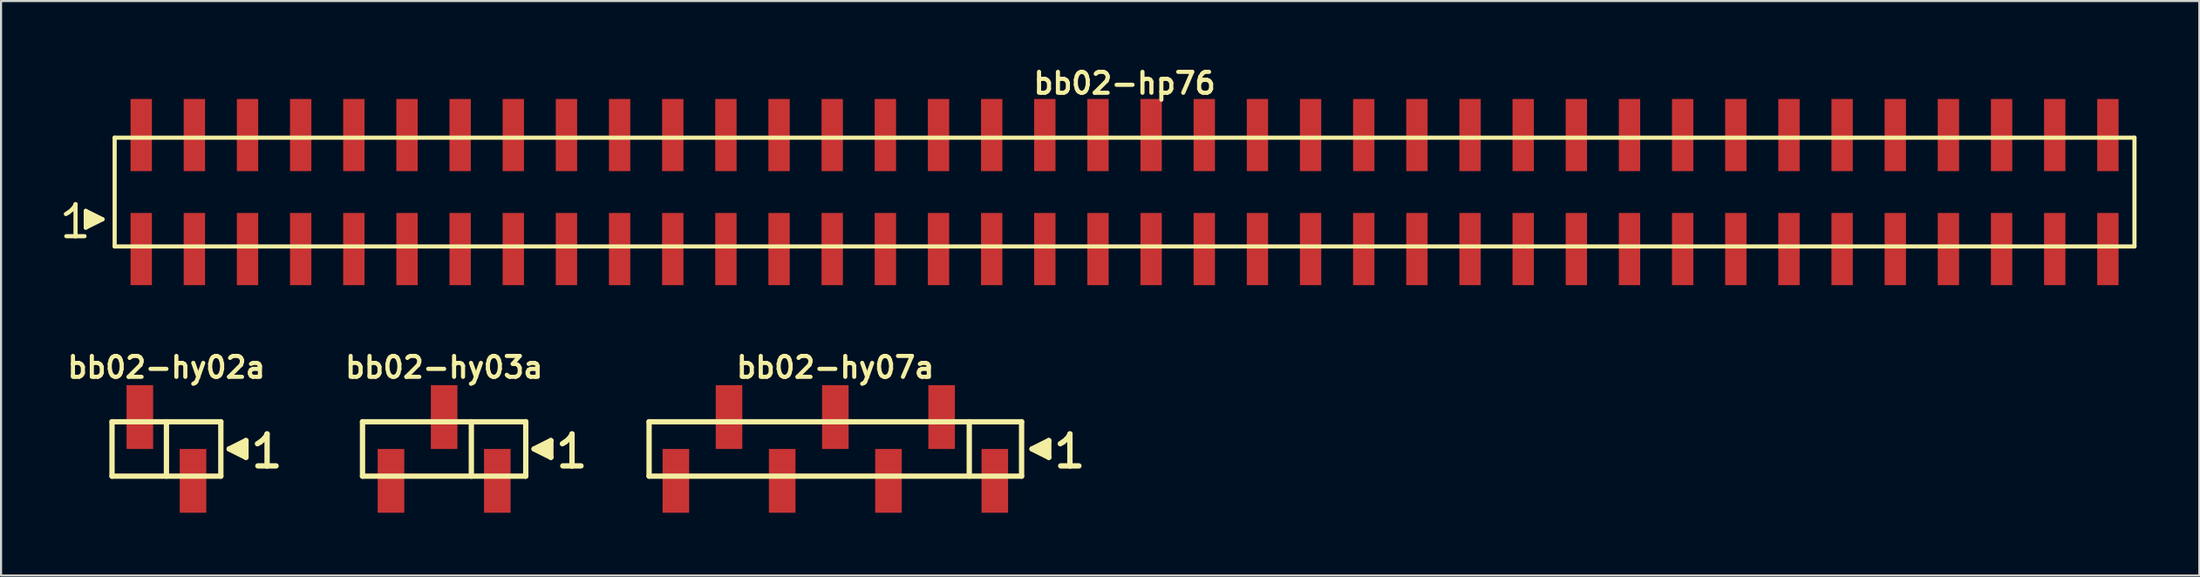
<source format=kicad_pcb>
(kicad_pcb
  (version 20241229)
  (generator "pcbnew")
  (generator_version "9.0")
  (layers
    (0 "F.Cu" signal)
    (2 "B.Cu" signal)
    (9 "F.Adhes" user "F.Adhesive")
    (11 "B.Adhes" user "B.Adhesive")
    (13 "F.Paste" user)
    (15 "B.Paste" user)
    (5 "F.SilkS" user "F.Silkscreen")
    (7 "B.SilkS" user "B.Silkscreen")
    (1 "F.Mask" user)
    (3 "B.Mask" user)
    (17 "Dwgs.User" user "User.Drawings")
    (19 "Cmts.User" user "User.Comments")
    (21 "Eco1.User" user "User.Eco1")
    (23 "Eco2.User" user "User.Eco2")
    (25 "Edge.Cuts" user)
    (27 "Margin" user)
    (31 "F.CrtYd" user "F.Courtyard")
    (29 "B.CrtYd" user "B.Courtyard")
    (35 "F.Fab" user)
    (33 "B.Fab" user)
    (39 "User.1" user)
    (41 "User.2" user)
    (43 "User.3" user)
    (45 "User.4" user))
  (footprint "bb02-hp76"
    (layer "F.Cu")
    (at 50.689 6.132)
    (property "Reference" "bb02-hp76" (at 0 -5.2 0) (layer "F.SilkS") (effects (font (size 0.998 0.998) (thickness 0.198))))
    (attr smd)
    (fp_line (start -50.59 1.05) (end -50.46 0.97) (stroke (width 0.198) (type solid)) (layer "F.SilkS"))
    (fp_line (start -50.46 0.97) (end -50.3 0.84) (stroke (width 0.198) (type solid)) (layer "F.SilkS"))
    (fp_line (start -50.3 0.84) (end -50.16 0.67) (stroke (width 0.198) (type solid)) (layer "F.SilkS"))
    (fp_line (start -50.16 0.67) (end -50.13 0.58) (stroke (width 0.198) (type solid)) (layer "F.SilkS"))
    (fp_line (start -50.13 0.58) (end -50.13 2.11) (stroke (width 0.198) (type solid)) (layer "F.SilkS"))
    (fp_line (start -50.13 2.11) (end -50.57 2.11) (stroke (width 0.198) (type solid)) (layer "F.SilkS"))
    (fp_line (start -49.7 2.11) (end -50.14 2.11) (stroke (width 0.198) (type solid)) (layer "F.SilkS"))
    (fp_line (start -49.64 0.9) (end -48.84 1.3) (stroke (width 0.198) (type solid)) (layer "F.SilkS"))
    (fp_line (start -49.64 1.7) (end -49.64 0.9) (stroke (width 0.198) (type solid)) (layer "F.SilkS"))
    (fp_line (start -49.54 1.6) (end -49.54 1) (stroke (width 0.198) (type solid)) (layer "F.SilkS"))
    (fp_line (start -49.44 1.1) (end -49.44 1.5) (stroke (width 0.198) (type solid)) (layer "F.SilkS"))
    (fp_line (start -49.34 1.5) (end -49.34 1.1) (stroke (width 0.198) (type solid)) (layer "F.SilkS"))
    (fp_line (start -49.24 1.2) (end -49.24 1.4) (stroke (width 0.198) (type solid)) (layer "F.SilkS"))
    (fp_line (start -49.14 1.4) (end -49.14 1.2) (stroke (width 0.198) (type solid)) (layer "F.SilkS"))
    (fp_line (start -48.84 1.3) (end -49.64 1.7) (stroke (width 0.198) (type solid)) (layer "F.SilkS"))
    (fp_line (start -48.26 -2.6) (end -48.26 2.6) (stroke (width 0.198) (type solid)) (layer "F.SilkS"))
    (fp_line (start -48.26 -2.6) (end 48.26 -2.6) (stroke (width 0.198) (type solid)) (layer "F.SilkS"))
    (fp_line (start 48.26 2.6) (end -48.26 2.6) (stroke (width 0.198) (type solid)) (layer "F.SilkS"))
    (fp_line (start 48.26 2.6) (end 48.26 -2.6) (stroke (width 0.198) (type solid)) (layer "F.SilkS"))
    (pad "1" smd rect (at -46.99 2.725) (size 1.02 3.45) (layers "F.Cu" "F.Mask" "F.Paste"))
    (pad "2" smd rect (at -46.99 -2.725) (size 1.02 3.45) (layers "F.Cu" "F.Mask" "F.Paste"))
    (pad "3" smd rect (at -44.45 2.725) (size 1.02 3.45) (layers "F.Cu" "F.Mask" "F.Paste"))
    (pad "4" smd rect (at -44.45 -2.725) (size 1.02 3.45) (layers "F.Cu" "F.Mask" "F.Paste"))
    (pad "5" smd rect (at -41.91 2.725) (size 1.02 3.45) (layers "F.Cu" "F.Mask" "F.Paste"))
    (pad "6" smd rect (at -41.91 -2.725) (size 1.02 3.45) (layers "F.Cu" "F.Mask" "F.Paste"))
    (pad "7" smd rect (at -39.37 2.725) (size 1.02 3.45) (layers "F.Cu" "F.Mask" "F.Paste"))
    (pad "8" smd rect (at -39.37 -2.725) (size 1.02 3.45) (layers "F.Cu" "F.Mask" "F.Paste"))
    (pad "9" smd rect (at -36.83 2.725) (size 1.02 3.45) (layers "F.Cu" "F.Mask" "F.Paste"))
    (pad "10" smd rect (at -36.83 -2.725) (size 1.02 3.45) (layers "F.Cu" "F.Mask" "F.Paste"))
    (pad "11" smd rect (at -34.29 2.725) (size 1.02 3.45) (layers "F.Cu" "F.Mask" "F.Paste"))
    (pad "12" smd rect (at -34.29 -2.725) (size 1.02 3.45) (layers "F.Cu" "F.Mask" "F.Paste"))
    (pad "13" smd rect (at -31.75 2.725) (size 1.02 3.45) (layers "F.Cu" "F.Mask" "F.Paste"))
    (pad "14" smd rect (at -31.75 -2.725) (size 1.02 3.45) (layers "F.Cu" "F.Mask" "F.Paste"))
    (pad "15" smd rect (at -29.21 2.725) (size 1.02 3.45) (layers "F.Cu" "F.Mask" "F.Paste"))
    (pad "16" smd rect (at -29.21 -2.725) (size 1.02 3.45) (layers "F.Cu" "F.Mask" "F.Paste"))
    (pad "17" smd rect (at -26.67 2.725) (size 1.02 3.45) (layers "F.Cu" "F.Mask" "F.Paste"))
    (pad "18" smd rect (at -26.67 -2.725) (size 1.02 3.45) (layers "F.Cu" "F.Mask" "F.Paste"))
    (pad "19" smd rect (at -24.13 2.725) (size 1.02 3.45) (layers "F.Cu" "F.Mask" "F.Paste"))
    (pad "20" smd rect (at -24.13 -2.725) (size 1.02 3.45) (layers "F.Cu" "F.Mask" "F.Paste"))
    (pad "21" smd rect (at -21.59 2.725) (size 1.02 3.45) (layers "F.Cu" "F.Mask" "F.Paste"))
    (pad "22" smd rect (at -21.59 -2.725) (size 1.02 3.45) (layers "F.Cu" "F.Mask" "F.Paste"))
    (pad "23" smd rect (at -19.05 2.725) (size 1.02 3.45) (layers "F.Cu" "F.Mask" "F.Paste"))
    (pad "24" smd rect (at -19.05 -2.725) (size 1.02 3.45) (layers "F.Cu" "F.Mask" "F.Paste"))
    (pad "25" smd rect (at -16.51 2.725) (size 1.02 3.45) (layers "F.Cu" "F.Mask" "F.Paste"))
    (pad "26" smd rect (at -16.51 -2.725) (size 1.02 3.45) (layers "F.Cu" "F.Mask" "F.Paste"))
    (pad "27" smd rect (at -13.97 2.725) (size 1.02 3.45) (layers "F.Cu" "F.Mask" "F.Paste"))
    (pad "28" smd rect (at -13.97 -2.725) (size 1.02 3.45) (layers "F.Cu" "F.Mask" "F.Paste"))
    (pad "29" smd rect (at -11.43 2.725) (size 1.02 3.45) (layers "F.Cu" "F.Mask" "F.Paste"))
    (pad "30" smd rect (at -11.43 -2.725) (size 1.02 3.45) (layers "F.Cu" "F.Mask" "F.Paste"))
    (pad "31" smd rect (at -8.89 2.725) (size 1.02 3.45) (layers "F.Cu" "F.Mask" "F.Paste"))
    (pad "32" smd rect (at -8.89 -2.725) (size 1.02 3.45) (layers "F.Cu" "F.Mask" "F.Paste"))
    (pad "33" smd rect (at -6.35 2.725) (size 1.02 3.45) (layers "F.Cu" "F.Mask" "F.Paste"))
    (pad "34" smd rect (at -6.35 -2.725) (size 1.02 3.45) (layers "F.Cu" "F.Mask" "F.Paste"))
    (pad "35" smd rect (at -3.81 2.725) (size 1.02 3.45) (layers "F.Cu" "F.Mask" "F.Paste"))
    (pad "36" smd rect (at -3.81 -2.725) (size 1.02 3.45) (layers "F.Cu" "F.Mask" "F.Paste"))
    (pad "37" smd rect (at -1.27 2.725) (size 1.02 3.45) (layers "F.Cu" "F.Mask" "F.Paste"))
    (pad "38" smd rect (at -1.27 -2.725) (size 1.02 3.45) (layers "F.Cu" "F.Mask" "F.Paste"))
    (pad "39" smd rect (at 1.27 2.725) (size 1.02 3.45) (layers "F.Cu" "F.Mask" "F.Paste"))
    (pad "40" smd rect (at 1.27 -2.725) (size 1.02 3.45) (layers "F.Cu" "F.Mask" "F.Paste"))
    (pad "41" smd rect (at 3.81 2.725) (size 1.02 3.45) (layers "F.Cu" "F.Mask" "F.Paste"))
    (pad "42" smd rect (at 3.81 -2.725) (size 1.02 3.45) (layers "F.Cu" "F.Mask" "F.Paste"))
    (pad "43" smd rect (at 6.35 2.725) (size 1.02 3.45) (layers "F.Cu" "F.Mask" "F.Paste"))
    (pad "44" smd rect (at 6.35 -2.725) (size 1.02 3.45) (layers "F.Cu" "F.Mask" "F.Paste"))
    (pad "45" smd rect (at 8.89 2.725) (size 1.02 3.45) (layers "F.Cu" "F.Mask" "F.Paste"))
    (pad "46" smd rect (at 8.89 -2.725) (size 1.02 3.45) (layers "F.Cu" "F.Mask" "F.Paste"))
    (pad "47" smd rect (at 11.43 2.725) (size 1.02 3.45) (layers "F.Cu" "F.Mask" "F.Paste"))
    (pad "48" smd rect (at 11.43 -2.725) (size 1.02 3.45) (layers "F.Cu" "F.Mask" "F.Paste"))
    (pad "49" smd rect (at 13.97 2.725) (size 1.02 3.45) (layers "F.Cu" "F.Mask" "F.Paste"))
    (pad "50" smd rect (at 13.97 -2.725) (size 1.02 3.45) (layers "F.Cu" "F.Mask" "F.Paste"))
    (pad "51" smd rect (at 16.51 2.725) (size 1.02 3.45) (layers "F.Cu" "F.Mask" "F.Paste"))
    (pad "52" smd rect (at 16.51 -2.725) (size 1.02 3.45) (layers "F.Cu" "F.Mask" "F.Paste"))
    (pad "53" smd rect (at 19.05 2.725) (size 1.02 3.45) (layers "F.Cu" "F.Mask" "F.Paste"))
    (pad "54" smd rect (at 19.05 -2.725) (size 1.02 3.45) (layers "F.Cu" "F.Mask" "F.Paste"))
    (pad "55" smd rect (at 21.59 2.725) (size 1.02 3.45) (layers "F.Cu" "F.Mask" "F.Paste"))
    (pad "56" smd rect (at 21.59 -2.725) (size 1.02 3.45) (layers "F.Cu" "F.Mask" "F.Paste"))
    (pad "57" smd rect (at 24.13 2.725) (size 1.02 3.45) (layers "F.Cu" "F.Mask" "F.Paste"))
    (pad "58" smd rect (at 24.13 -2.725) (size 1.02 3.45) (layers "F.Cu" "F.Mask" "F.Paste"))
    (pad "59" smd rect (at 26.67 2.725) (size 1.02 3.45) (layers "F.Cu" "F.Mask" "F.Paste"))
    (pad "60" smd rect (at 26.67 -2.725) (size 1.02 3.45) (layers "F.Cu" "F.Mask" "F.Paste"))
    (pad "61" smd rect (at 29.21 2.725) (size 1.02 3.45) (layers "F.Cu" "F.Mask" "F.Paste"))
    (pad "62" smd rect (at 29.21 -2.725) (size 1.02 3.45) (layers "F.Cu" "F.Mask" "F.Paste"))
    (pad "63" smd rect (at 31.75 2.725) (size 1.02 3.45) (layers "F.Cu" "F.Mask" "F.Paste"))
    (pad "64" smd rect (at 31.75 -2.725) (size 1.02 3.45) (layers "F.Cu" "F.Mask" "F.Paste"))
    (pad "65" smd rect (at 34.29 2.725) (size 1.02 3.45) (layers "F.Cu" "F.Mask" "F.Paste"))
    (pad "66" smd rect (at 34.29 -2.725) (size 1.02 3.45) (layers "F.Cu" "F.Mask" "F.Paste"))
    (pad "67" smd rect (at 36.83 2.725) (size 1.02 3.45) (layers "F.Cu" "F.Mask" "F.Paste"))
    (pad "68" smd rect (at 36.83 -2.725) (size 1.02 3.45) (layers "F.Cu" "F.Mask" "F.Paste"))
    (pad "69" smd rect (at 39.37 2.725) (size 1.02 3.45) (layers "F.Cu" "F.Mask" "F.Paste"))
    (pad "70" smd rect (at 39.37 -2.725) (size 1.02 3.45) (layers "F.Cu" "F.Mask" "F.Paste"))
    (pad "71" smd rect (at 41.91 2.725) (size 1.02 3.45) (layers "F.Cu" "F.Mask" "F.Paste"))
    (pad "72" smd rect (at 41.91 -2.725) (size 1.02 3.45) (layers "F.Cu" "F.Mask" "F.Paste"))
    (pad "73" smd rect (at 44.45 2.725) (size 1.02 3.45) (layers "F.Cu" "F.Mask" "F.Paste"))
    (pad "74" smd rect (at 44.45 -2.725) (size 1.02 3.45) (layers "F.Cu" "F.Mask" "F.Paste"))
    (pad "75" smd rect (at 46.99 2.725) (size 1.02 3.45) (layers "F.Cu" "F.Mask" "F.Paste"))
    (pad "76" smd rect (at 46.99 -2.725) (size 1.02 3.45) (layers "F.Cu" "F.Mask" "F.Paste")))
  (footprint "bb02-hy07a"
    (layer "F.Cu")
    (at 36.868 18.413)
    (property "Reference" "bb02-hy07a" (at 0 -3.9 0) (layer "F.SilkS") (effects (font (size 0.998 0.998) (thickness 0.198))))
    (attr smd)
    (fp_line (start -8.9 -1.3) (end 8.9 -1.3) (stroke (width 0.254) (type solid)) (layer "F.SilkS"))
    (fp_line (start -8.9 1.3) (end -8.9 -1.3) (stroke (width 0.254) (type solid)) (layer "F.SilkS"))
    (fp_line (start 6.4 1.3) (end 6.4 -1.3) (stroke (width 0.254) (type solid)) (layer "F.SilkS"))
    (fp_line (start 8.9 -1.3) (end 8.9 1.3) (stroke (width 0.254) (type solid)) (layer "F.SilkS"))
    (fp_line (start 8.9 1.3) (end -8.9 1.3) (stroke (width 0.254) (type solid)) (layer "F.SilkS"))
    (fp_line (start 9.4 0) (end 10.2 0.4) (stroke (width 0.254) (type solid)) (layer "F.SilkS"))
    (fp_line (start 9.7 0.1) (end 9.7 -0.1) (stroke (width 0.254) (type solid)) (layer "F.SilkS"))
    (fp_line (start 9.8 -0.1) (end 9.8 0.1) (stroke (width 0.254) (type solid)) (layer "F.SilkS"))
    (fp_line (start 9.9 0.2) (end 9.9 -0.2) (stroke (width 0.254) (type solid)) (layer "F.SilkS"))
    (fp_line (start 10 -0.2) (end 10 0.2) (stroke (width 0.254) (type solid)) (layer "F.SilkS"))
    (fp_line (start 10.1 0.3) (end 10.1 -0.3) (stroke (width 0.254) (type solid)) (layer "F.SilkS"))
    (fp_line (start 10.2 -0.4) (end 9.4 0) (stroke (width 0.254) (type solid)) (layer "F.SilkS"))
    (fp_line (start 10.2 0.4) (end 10.2 -0.4) (stroke (width 0.254) (type solid)) (layer "F.SilkS"))
    (fp_line (start 10.75 -0.25) (end 10.88 -0.33) (stroke (width 0.254) (type solid)) (layer "F.SilkS"))
    (fp_line (start 10.88 -0.33) (end 11.04 -0.46) (stroke (width 0.254) (type solid)) (layer "F.SilkS"))
    (fp_line (start 11.04 -0.46) (end 11.18 -0.63) (stroke (width 0.254) (type solid)) (layer "F.SilkS"))
    (fp_line (start 11.18 -0.63) (end 11.21 -0.72) (stroke (width 0.254) (type solid)) (layer "F.SilkS"))
    (fp_line (start 11.21 -0.72) (end 11.21 0.81) (stroke (width 0.254) (type solid)) (layer "F.SilkS"))
    (fp_line (start 11.21 0.81) (end 10.77 0.81) (stroke (width 0.254) (type solid)) (layer "F.SilkS"))
    (fp_line (start 11.64 0.81) (end 11.2 0.81) (stroke (width 0.254) (type solid)) (layer "F.SilkS"))
    (pad "1" smd rect (at 7.62 1.525) (size 1.27 3.05) (layers "F.Cu" "F.Mask" "F.Paste"))
    (pad "2" smd rect (at 5.08 -1.525) (size 1.27 3.05) (layers "F.Cu" "F.Mask" "F.Paste"))
    (pad "3" smd rect (at 2.54 1.525) (size 1.27 3.05) (layers "F.Cu" "F.Mask" "F.Paste"))
    (pad "4" smd rect (at 0 -1.525) (size 1.27 3.05) (layers "F.Cu" "F.Mask" "F.Paste"))
    (pad "5" smd rect (at -2.54 1.525) (size 1.27 3.05) (layers "F.Cu" "F.Mask" "F.Paste"))
    (pad "6" smd rect (at -5.08 -1.525) (size 1.27 3.05) (layers "F.Cu" "F.Mask" "F.Paste"))
    (pad "7" smd rect (at -7.62 1.525) (size 1.27 3.05) (layers "F.Cu" "F.Mask" "F.Paste")))
  (footprint "bb02-hy02a"
    (layer "F.Cu")
    (at 4.903 18.413)
    (property "Reference" "bb02-hy02a" (at 0 -3.9 0) (layer "F.SilkS") (effects (font (size 0.998 0.998) (thickness 0.198))))
    (attr smd)
    (fp_line (start -2.6 -1.3) (end 2.6 -1.3) (stroke (width 0.254) (type solid)) (layer "F.SilkS"))
    (fp_line (start -2.6 1.3) (end -2.6 -1.3) (stroke (width 0.254) (type solid)) (layer "F.SilkS"))
    (fp_line (start 0 1.3) (end 0 -1.3) (stroke (width 0.254) (type solid)) (layer "F.SilkS"))
    (fp_line (start 2.6 -1.3) (end 2.6 1.3) (stroke (width 0.254) (type solid)) (layer "F.SilkS"))
    (fp_line (start 2.6 1.3) (end -2.6 1.3) (stroke (width 0.254) (type solid)) (layer "F.SilkS"))
    (fp_line (start 3 0) (end 3.8 0.4) (stroke (width 0.254) (type solid)) (layer "F.SilkS"))
    (fp_line (start 3.3 0.1) (end 3.3 -0.1) (stroke (width 0.254) (type solid)) (layer "F.SilkS"))
    (fp_line (start 3.4 -0.1) (end 3.4 0.1) (stroke (width 0.254) (type solid)) (layer "F.SilkS"))
    (fp_line (start 3.5 0.2) (end 3.5 -0.2) (stroke (width 0.254) (type solid)) (layer "F.SilkS"))
    (fp_line (start 3.6 -0.2) (end 3.6 0.2) (stroke (width 0.254) (type solid)) (layer "F.SilkS"))
    (fp_line (start 3.7 0.3) (end 3.7 -0.3) (stroke (width 0.254) (type solid)) (layer "F.SilkS"))
    (fp_line (start 3.8 -0.4) (end 3 0) (stroke (width 0.254) (type solid)) (layer "F.SilkS"))
    (fp_line (start 3.8 0.4) (end 3.8 -0.4) (stroke (width 0.254) (type solid)) (layer "F.SilkS"))
    (fp_line (start 4.35 -0.25) (end 4.48 -0.33) (stroke (width 0.254) (type solid)) (layer "F.SilkS"))
    (fp_line (start 4.48 -0.33) (end 4.64 -0.46) (stroke (width 0.254) (type solid)) (layer "F.SilkS"))
    (fp_line (start 4.64 -0.46) (end 4.78 -0.63) (stroke (width 0.254) (type solid)) (layer "F.SilkS"))
    (fp_line (start 4.78 -0.63) (end 4.81 -0.72) (stroke (width 0.254) (type solid)) (layer "F.SilkS"))
    (fp_line (start 4.81 -0.72) (end 4.81 0.81) (stroke (width 0.254) (type solid)) (layer "F.SilkS"))
    (fp_line (start 4.81 0.81) (end 4.37 0.81) (stroke (width 0.254) (type solid)) (layer "F.SilkS"))
    (fp_line (start 5.24 0.81) (end 4.8 0.81) (stroke (width 0.254) (type solid)) (layer "F.SilkS"))
    (pad "1" smd rect (at 1.27 1.525) (size 1.27 3.05) (layers "F.Cu" "F.Mask" "F.Paste"))
    (pad "2" smd rect (at -1.27 -1.525) (size 1.27 3.05) (layers "F.Cu" "F.Mask" "F.Paste")))
  (footprint "bb02-hy03a"
    (layer "F.Cu")
    (at 18.174 18.413)
    (property "Reference" "bb02-hy03a" (at 0 -3.9 0) (layer "F.SilkS") (effects (font (size 0.998 0.998) (thickness 0.198))))
    (attr smd)
    (fp_line (start -3.9 -1.3) (end 3.9 -1.3) (stroke (width 0.254) (type solid)) (layer "F.SilkS"))
    (fp_line (start -3.9 1.3) (end -3.9 -1.3) (stroke (width 0.254) (type solid)) (layer "F.SilkS"))
    (fp_line (start 1.3 1.3) (end 1.3 -1.3) (stroke (width 0.254) (type solid)) (layer "F.SilkS"))
    (fp_line (start 3.9 -1.3) (end 3.9 1.3) (stroke (width 0.254) (type solid)) (layer "F.SilkS"))
    (fp_line (start 3.9 1.3) (end -3.9 1.3) (stroke (width 0.254) (type solid)) (layer "F.SilkS"))
    (fp_line (start 4.3 0) (end 5.1 0.4) (stroke (width 0.254) (type solid)) (layer "F.SilkS"))
    (fp_line (start 4.6 0.1) (end 4.6 -0.1) (stroke (width 0.254) (type solid)) (layer "F.SilkS"))
    (fp_line (start 4.7 -0.1) (end 4.7 0.1) (stroke (width 0.254) (type solid)) (layer "F.SilkS"))
    (fp_line (start 4.8 0.2) (end 4.8 -0.2) (stroke (width 0.254) (type solid)) (layer "F.SilkS"))
    (fp_line (start 4.9 -0.2) (end 4.9 0.2) (stroke (width 0.254) (type solid)) (layer "F.SilkS"))
    (fp_line (start 5 0.3) (end 5 -0.3) (stroke (width 0.254) (type solid)) (layer "F.SilkS"))
    (fp_line (start 5.1 -0.4) (end 4.3 0) (stroke (width 0.254) (type solid)) (layer "F.SilkS"))
    (fp_line (start 5.1 0.4) (end 5.1 -0.4) (stroke (width 0.254) (type solid)) (layer "F.SilkS"))
    (fp_line (start 5.65 -0.25) (end 5.78 -0.33) (stroke (width 0.254) (type solid)) (layer "F.SilkS"))
    (fp_line (start 5.78 -0.33) (end 5.94 -0.46) (stroke (width 0.254) (type solid)) (layer "F.SilkS"))
    (fp_line (start 5.94 -0.46) (end 6.08 -0.63) (stroke (width 0.254) (type solid)) (layer "F.SilkS"))
    (fp_line (start 6.08 -0.63) (end 6.11 -0.72) (stroke (width 0.254) (type solid)) (layer "F.SilkS"))
    (fp_line (start 6.11 -0.72) (end 6.11 0.81) (stroke (width 0.254) (type solid)) (layer "F.SilkS"))
    (fp_line (start 6.11 0.81) (end 5.67 0.81) (stroke (width 0.254) (type solid)) (layer "F.SilkS"))
    (fp_line (start 6.54 0.81) (end 6.1 0.81) (stroke (width 0.254) (type solid)) (layer "F.SilkS"))
    (pad "1" smd rect (at 2.54 1.525) (size 1.27 3.05) (layers "F.Cu" "F.Mask" "F.Paste"))
    (pad "2" smd rect (at 0 -1.525) (size 1.27 3.05) (layers "F.Cu" "F.Mask" "F.Paste"))
    (pad "3" smd rect (at -2.54 1.525) (size 1.27 3.05) (layers "F.Cu" "F.Mask" "F.Paste")))
  (gr_rect
    (start -3 -3)
    (end 102.048 24.463)
    (stroke (width 0.1) (type default))
    (fill no)
    (layer "Edge.Cuts")))
</source>
